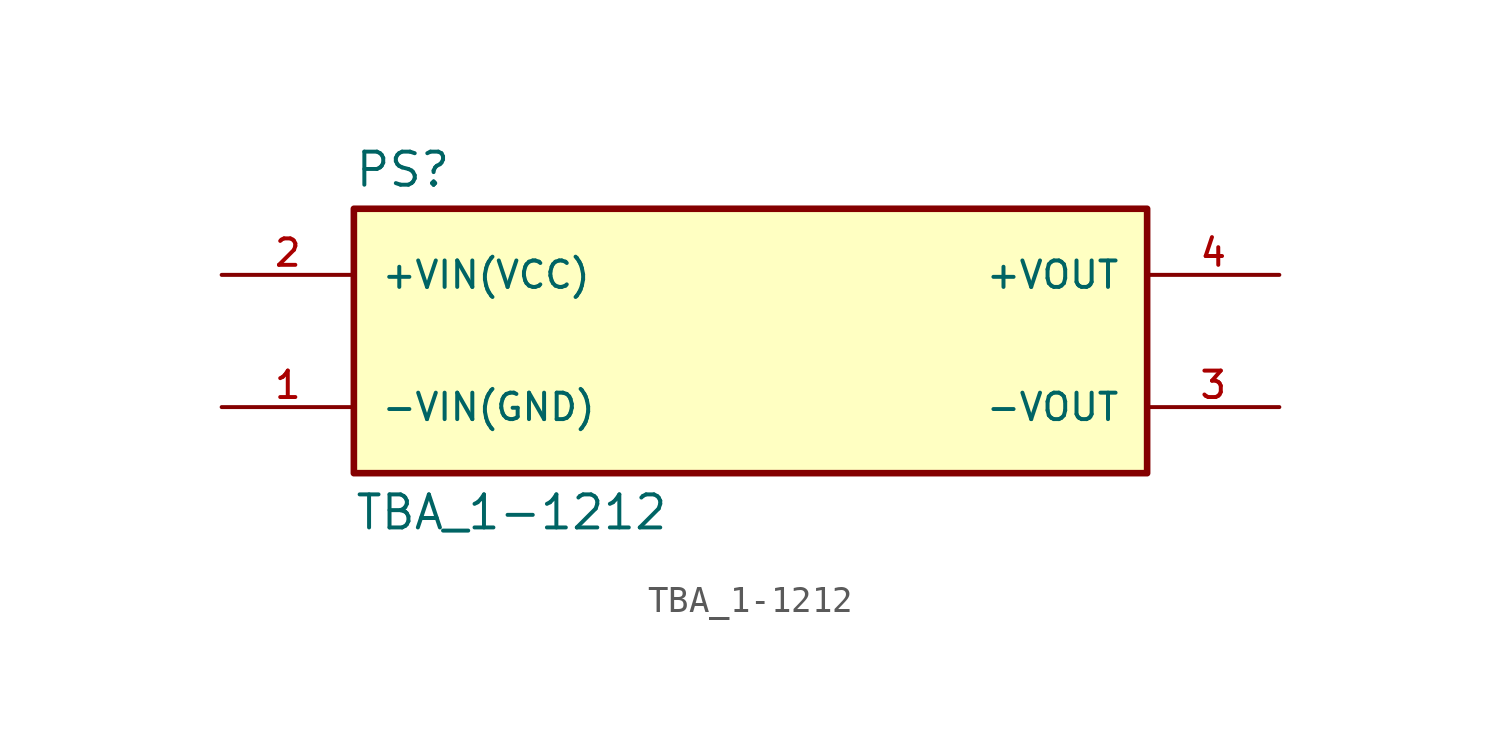
<source format=kicad_sym>
(kicad_symbol_lib
  (version 20211014)
  (generator kicad_symbol_editor)
  (symbol "TBA_1-1212"
    (pin_names
      (offset 1.016))
    (property "Reference" "PS"
      (at -15.24 5.842 0)
      (effects (font (size 1.27 1.27)) (justify bottom left)))
    (property "Value" "TBA_1-1212"
      (at -15.24 -5.842 0)
      (effects (font (size 1.27 1.27)) (justify top left)))
    (symbol "TBA_1-1212_0_0"
      (rectangle (start -15.24 -5.08) (end 15.24 5.08) (stroke (width 0.254)) (fill (type background)))
      (pin input line (at -20.32 2.54 0) (length 5.08) (name "+VIN(VCC)" (effects (font (size 1.016 1.016)))) (number "2" (effects (font (size 1.016 1.016)))))
      (pin input line (at -20.32 -2.54 0) (length 5.08) (name "-VIN(GND)" (effects (font (size 1.016 1.016)))) (number "1" (effects (font (size 1.016 1.016)))))
      (pin output line (at 20.32 2.54 180.0) (length 5.08) (name "+VOUT" (effects (font (size 1.016 1.016)))) (number "4" (effects (font (size 1.016 1.016)))))
      (pin output line (at 20.32 -2.54 180.0) (length 5.08) (name "-VOUT" (effects (font (size 1.016 1.016)))) (number "3" (effects (font (size 1.016 1.016))))))))
</source>
